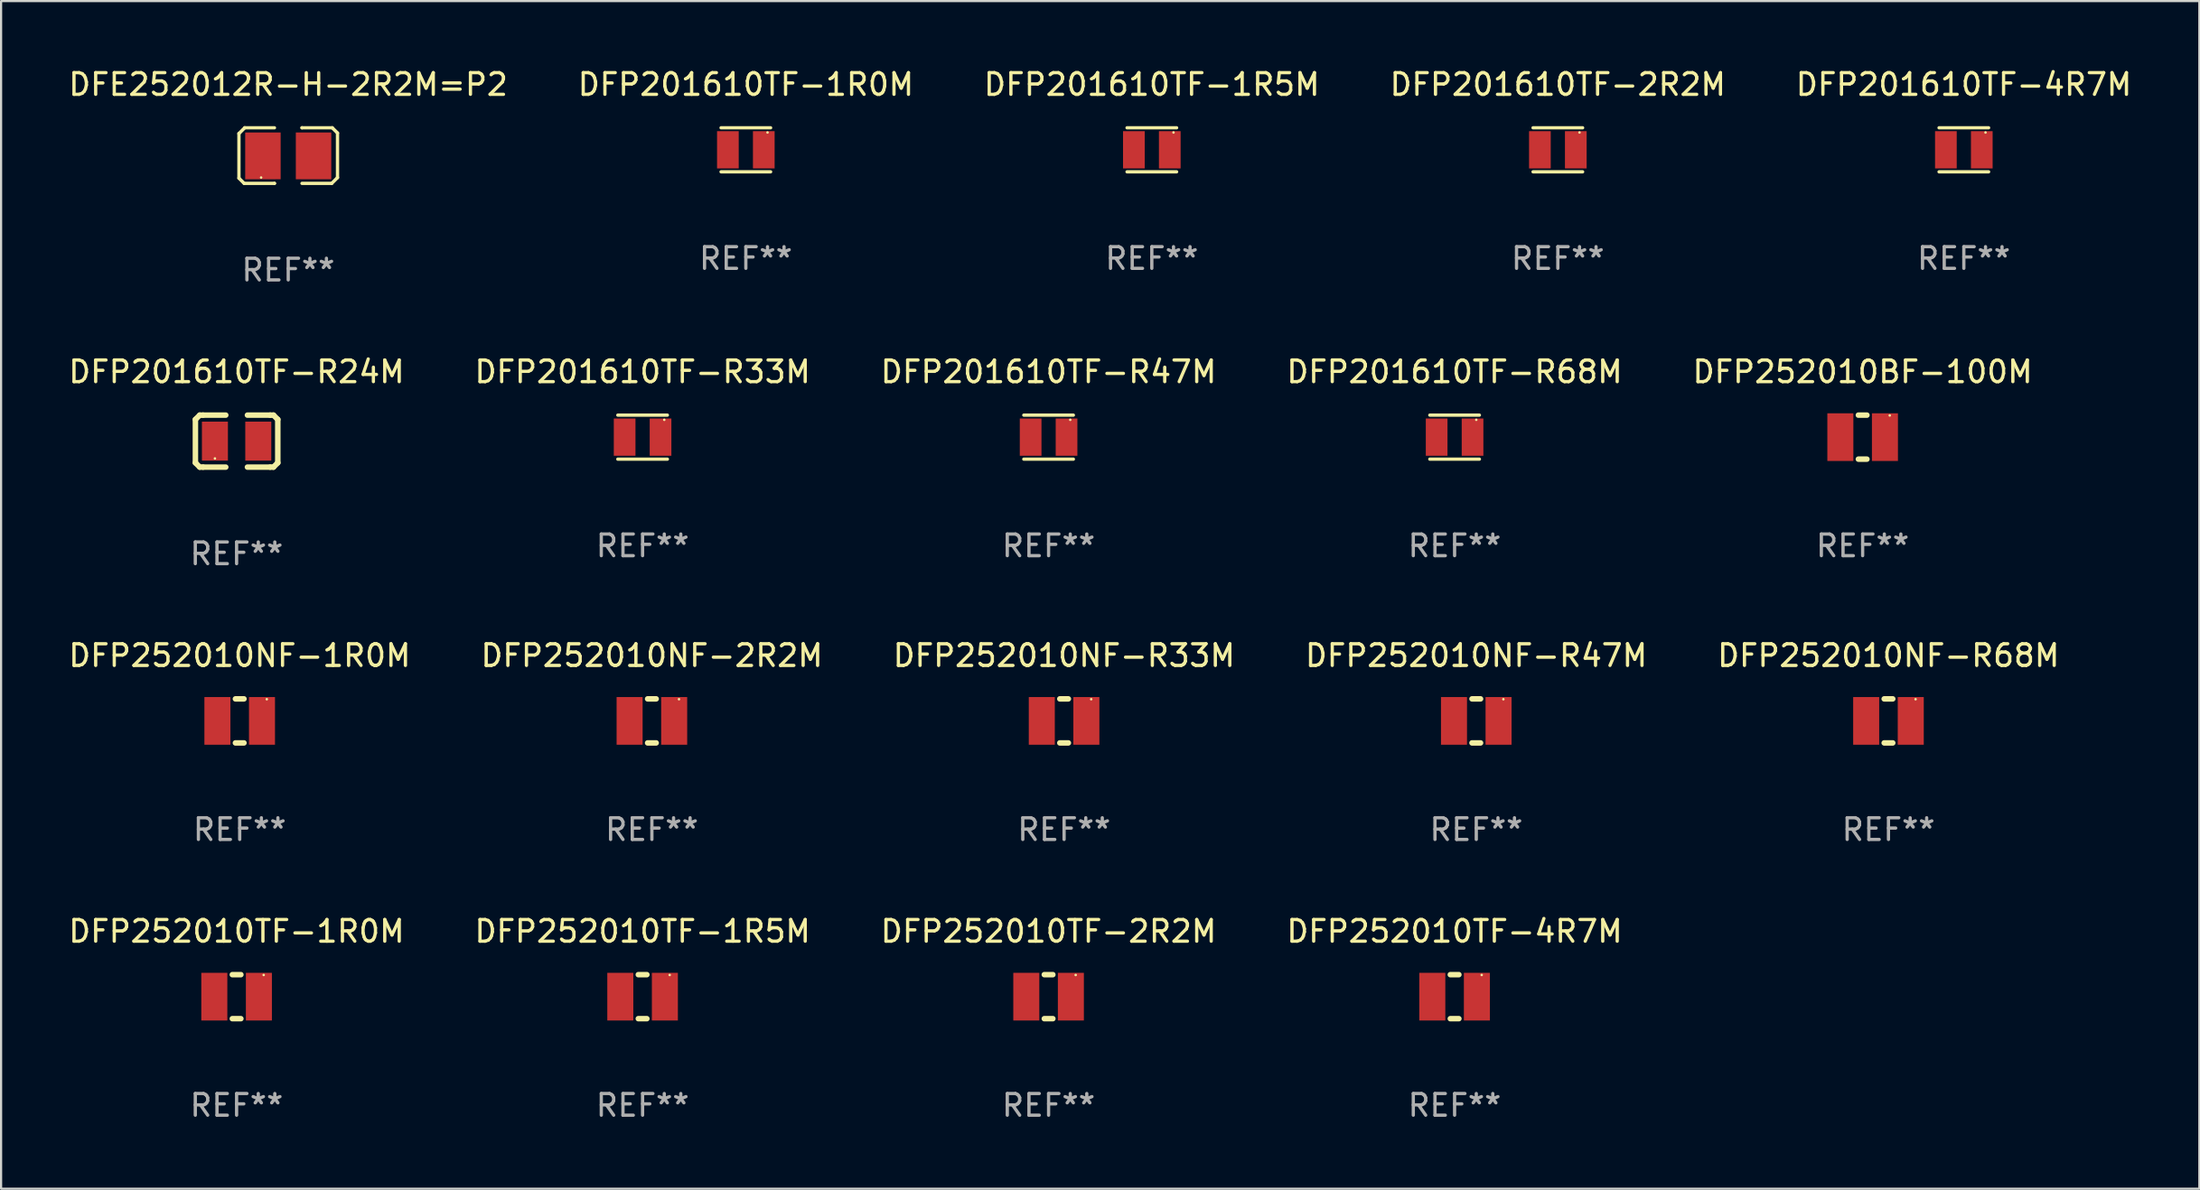
<source format=kicad_pcb>
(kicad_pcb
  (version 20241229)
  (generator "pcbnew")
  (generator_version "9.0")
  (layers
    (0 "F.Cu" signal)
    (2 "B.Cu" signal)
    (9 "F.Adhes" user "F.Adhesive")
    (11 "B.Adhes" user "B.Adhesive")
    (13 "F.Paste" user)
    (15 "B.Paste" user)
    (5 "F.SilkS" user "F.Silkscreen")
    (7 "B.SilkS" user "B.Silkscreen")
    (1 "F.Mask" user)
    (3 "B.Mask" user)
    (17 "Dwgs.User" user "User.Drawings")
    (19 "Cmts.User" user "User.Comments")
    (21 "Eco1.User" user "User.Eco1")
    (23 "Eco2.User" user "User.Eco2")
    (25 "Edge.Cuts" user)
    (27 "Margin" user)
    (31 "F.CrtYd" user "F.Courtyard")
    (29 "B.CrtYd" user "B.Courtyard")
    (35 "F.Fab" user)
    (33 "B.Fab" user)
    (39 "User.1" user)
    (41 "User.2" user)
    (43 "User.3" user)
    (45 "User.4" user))
  (footprint "DFP252010TF-2R2M"
    (layer "F.Cu")
    (at 45.315 42.951)
    (property "Reference" "DFP252010TF-2R2M" (at 0 -3.016 0) (layer "F.SilkS") (effects (font (size 1 1) (thickness 0.15))))
    (attr through_hole)
    (fp_line (start -0.197 1.016) (end 0.197 1.016) (stroke (width 0.254) (type solid)) (layer "F.SilkS"))
    (fp_line (start 0.197 -1.016) (end -0.197 -1.016) (stroke (width 0.254) (type solid)) (layer "F.SilkS"))
    (fp_circle (center 1.25 -1) (end 1.28 -1) (stroke (width 0.06) (type solid)) (fill no) (layer "F.SilkS"))
    (fp_text user "REF**" (at 0 5.016 0) (layer "F.Fab") (effects (font (size 1 1) (thickness 0.15))))
    (pad "1" smd rect (at 1.028 0) (size 1.2 2.2) (layers "F.Cu" "F.Mask" "F.Paste"))
    (pad "2" smd rect (at -1.028 0) (size 1.2 2.2) (layers "F.Cu" "F.Mask" "F.Paste")))
  (footprint "DFP252010NF-R33M"
    (layer "F.Cu")
    (at 46.03 30.223)
    (property "Reference" "DFP252010NF-R33M" (at 0 -3.016 0) (layer "F.SilkS") (effects (font (size 1 1) (thickness 0.15))))
    (attr through_hole)
    (fp_line (start -0.197 1.016) (end 0.197 1.016) (stroke (width 0.254) (type solid)) (layer "F.SilkS"))
    (fp_line (start 0.197 -1.016) (end -0.197 -1.016) (stroke (width 0.254) (type solid)) (layer "F.SilkS"))
    (fp_circle (center 1.25 -1) (end 1.28 -1) (stroke (width 0.06) (type solid)) (fill no) (layer "F.SilkS"))
    (fp_text user "REF**" (at 0 5.016 0) (layer "F.Fab") (effects (font (size 1 1) (thickness 0.15))))
    (pad "1" smd rect (at 1.028 0) (size 1.2 2.2) (layers "F.Cu" "F.Mask" "F.Paste"))
    (pad "2" smd rect (at -1.028 0) (size 1.2 2.2) (layers "F.Cu" "F.Mask" "F.Paste")))
  (footprint "DFP201610TF-R24M"
    (layer "F.Cu")
    (at 7.863 17.31)
    (property "Reference" "DFP201610TF-R24M" (at 0 -3.2 0) (layer "F.SilkS") (effects (font (size 1 1) (thickness 0.15))))
    (attr through_hole)
    (fp_line (start -1.9 -1) (end -1.9 1) (stroke (width 0.254) (type solid)) (layer "F.SilkS"))
    (fp_line (start -1.7 -1.2) (end -1.9 -1) (stroke (width 0.254) (type solid)) (layer "F.SilkS"))
    (fp_line (start -1.7 1.2) (end -1.9 1) (stroke (width 0.254) (type solid)) (layer "F.SilkS"))
    (fp_line (start -1.55 -1.2) (end -1.7 -1.2) (stroke (width 0.254) (type solid)) (layer "F.SilkS"))
    (fp_line (start -1.55 1.2) (end -1.7 1.2) (stroke (width 0.254) (type solid)) (layer "F.SilkS"))
    (fp_line (start -0.5 -1.2) (end -1.55 -1.2) (stroke (width 0.254) (type solid)) (layer "F.SilkS"))
    (fp_line (start -0.5 1.2) (end -1.55 1.2) (stroke (width 0.254) (type solid)) (layer "F.SilkS"))
    (fp_line (start 0.5 -1.2) (end 1.55 -1.2) (stroke (width 0.254) (type solid)) (layer "F.SilkS"))
    (fp_line (start 0.5 1.2) (end 1.55 1.2) (stroke (width 0.254) (type solid)) (layer "F.SilkS"))
    (fp_line (start 1.55 -1.2) (end 1.7 -1.2) (stroke (width 0.254) (type solid)) (layer "F.SilkS"))
    (fp_line (start 1.55 1.2) (end 1.7 1.2) (stroke (width 0.254) (type solid)) (layer "F.SilkS"))
    (fp_line (start 1.7 -1.2) (end 1.9 -1) (stroke (width 0.254) (type solid)) (layer "F.SilkS"))
    (fp_line (start 1.7 1.2) (end 1.9 1) (stroke (width 0.254) (type solid)) (layer "F.SilkS"))
    (fp_line (start 1.9 -1) (end 1.9 1) (stroke (width 0.254) (type solid)) (layer "F.SilkS"))
    (fp_circle (center -1 0.8) (end -0.97 0.8) (stroke (width 0.06) (type solid)) (fill no) (layer "F.SilkS"))
    (fp_text user "REF**" (at 0 5.2 0) (layer "F.Fab") (effects (font (size 1 1) (thickness 0.15))))
    (pad "1" smd rect (at -1 0) (size 1.2 1.8) (layers "F.Cu" "F.Mask" "F.Paste"))
    (pad "2" smd rect (at 1 0) (size 1.2 1.8) (layers "F.Cu" "F.Mask" "F.Paste")))
  (footprint "DFP252010NF-1R0M"
    (layer "F.Cu")
    (at 8.006 30.223)
    (property "Reference" "DFP252010NF-1R0M" (at 0 -3.016 0) (layer "F.SilkS") (effects (font (size 1 1) (thickness 0.15))))
    (attr through_hole)
    (fp_line (start -0.197 1.016) (end 0.197 1.016) (stroke (width 0.254) (type solid)) (layer "F.SilkS"))
    (fp_line (start 0.197 -1.016) (end -0.197 -1.016) (stroke (width 0.254) (type solid)) (layer "F.SilkS"))
    (fp_circle (center 1.25 -1) (end 1.28 -1) (stroke (width 0.06) (type solid)) (fill no) (layer "F.SilkS"))
    (fp_text user "REF**" (at 0 5.016 0) (layer "F.Fab") (effects (font (size 1 1) (thickness 0.15))))
    (pad "1" smd rect (at 1.028 0) (size 1.2 2.2) (layers "F.Cu" "F.Mask" "F.Paste"))
    (pad "2" smd rect (at -1.028 0) (size 1.2 2.2) (layers "F.Cu" "F.Mask" "F.Paste")))
  (footprint "DFP252010TF-1R5M"
    (layer "F.Cu")
    (at 26.589 42.951)
    (property "Reference" "DFP252010TF-1R5M" (at 0 -3.016 0) (layer "F.SilkS") (effects (font (size 1 1) (thickness 0.15))))
    (attr through_hole)
    (fp_line (start -0.197 1.016) (end 0.197 1.016) (stroke (width 0.254) (type solid)) (layer "F.SilkS"))
    (fp_line (start 0.197 -1.016) (end -0.197 -1.016) (stroke (width 0.254) (type solid)) (layer "F.SilkS"))
    (fp_circle (center 1.25 -1) (end 1.28 -1) (stroke (width 0.06) (type solid)) (fill no) (layer "F.SilkS"))
    (fp_text user "REF**" (at 0 5.016 0) (layer "F.Fab") (effects (font (size 1 1) (thickness 0.15))))
    (pad "1" smd rect (at 1.028 0) (size 1.2 2.2) (layers "F.Cu" "F.Mask" "F.Paste"))
    (pad "2" smd rect (at -1.028 0) (size 1.2 2.2) (layers "F.Cu" "F.Mask" "F.Paste")))
  (footprint "DFP201610TF-R68M"
    (layer "F.Cu")
    (at 64.042 17.126)
    (property "Reference" "DFP201610TF-R68M" (at 0 -3.016 0) (layer "F.SilkS") (effects (font (size 1 1) (thickness 0.15))))
    (attr through_hole)
    (fp_line (start -1.143 -1.016) (end 1.143 -1.016) (stroke (width 0.152) (type solid)) (layer "F.SilkS"))
    (fp_line (start 1.143 1.016) (end -1.143 1.016) (stroke (width 0.152) (type solid)) (layer "F.SilkS"))
    (fp_circle (center 1 -0.8) (end 1.03 -0.8) (stroke (width 0.06) (type solid)) (fill no) (layer "F.SilkS"))
    (fp_text user "REF**" (at 0 5.016 0) (layer "F.Fab") (effects (font (size 1 1) (thickness 0.15))))
    (pad "1" smd rect (at 0.828 0) (size 1 1.72) (layers "F.Cu" "F.Mask" "F.Paste"))
    (pad "2" smd rect (at -0.828 0) (size 1 1.72) (layers "F.Cu" "F.Mask" "F.Paste")))
  (footprint "DFP201610TF-1R0M"
    (layer "F.Cu")
    (at 31.351 3.864)
    (property "Reference" "DFP201610TF-1R0M" (at 0 -3.016 0) (layer "F.SilkS") (effects (font (size 1 1) (thickness 0.15))))
    (attr through_hole)
    (fp_line (start -1.143 -1.016) (end 1.143 -1.016) (stroke (width 0.152) (type solid)) (layer "F.SilkS"))
    (fp_line (start 1.143 1.016) (end -1.143 1.016) (stroke (width 0.152) (type solid)) (layer "F.SilkS"))
    (fp_circle (center 1 -0.8) (end 1.03 -0.8) (stroke (width 0.06) (type solid)) (fill no) (layer "F.SilkS"))
    (fp_text user "REF**" (at 0 5.016 0) (layer "F.Fab") (effects (font (size 1 1) (thickness 0.15))))
    (pad "1" smd rect (at 0.828 0) (size 1 1.72) (layers "F.Cu" "F.Mask" "F.Paste"))
    (pad "2" smd rect (at -0.828 0) (size 1 1.72) (layers "F.Cu" "F.Mask" "F.Paste")))
  (footprint "DFP252010TF-1R0M"
    (layer "F.Cu")
    (at 7.863 42.951)
    (property "Reference" "DFP252010TF-1R0M" (at 0 -3.016 0) (layer "F.SilkS") (effects (font (size 1 1) (thickness 0.15))))
    (attr through_hole)
    (fp_line (start -0.197 1.016) (end 0.197 1.016) (stroke (width 0.254) (type solid)) (layer "F.SilkS"))
    (fp_line (start 0.197 -1.016) (end -0.197 -1.016) (stroke (width 0.254) (type solid)) (layer "F.SilkS"))
    (fp_circle (center 1.25 -1) (end 1.28 -1) (stroke (width 0.06) (type solid)) (fill no) (layer "F.SilkS"))
    (fp_text user "REF**" (at 0 5.016 0) (layer "F.Fab") (effects (font (size 1 1) (thickness 0.15))))
    (pad "1" smd rect (at 1.028 0) (size 1.2 2.2) (layers "F.Cu" "F.Mask" "F.Paste"))
    (pad "2" smd rect (at -1.028 0) (size 1.2 2.2) (layers "F.Cu" "F.Mask" "F.Paste")))
  (footprint "DFP252010BF-100M"
    (layer "F.Cu")
    (at 82.863 17.126)
    (property "Reference" "DFP252010BF-100M" (at 0 -3.016 0) (layer "F.SilkS") (effects (font (size 1 1) (thickness 0.15))))
    (attr through_hole)
    (fp_line (start -0.197 1.016) (end 0.197 1.016) (stroke (width 0.254) (type solid)) (layer "F.SilkS"))
    (fp_line (start 0.197 -1.016) (end -0.197 -1.016) (stroke (width 0.254) (type solid)) (layer "F.SilkS"))
    (fp_circle (center 1.25 -1) (end 1.28 -1) (stroke (width 0.06) (type solid)) (fill no) (layer "F.SilkS"))
    (fp_text user "REF**" (at 0 5.016 0) (layer "F.Fab") (effects (font (size 1 1) (thickness 0.15))))
    (pad "1" smd rect (at 1.028 0) (size 1.2 2.2) (layers "F.Cu" "F.Mask" "F.Paste"))
    (pad "2" smd rect (at -1.028 0) (size 1.2 2.2) (layers "F.Cu" "F.Mask" "F.Paste")))
  (footprint "DFP252010NF-R47M"
    (layer "F.Cu")
    (at 65.042 30.223)
    (property "Reference" "DFP252010NF-R47M" (at 0 -3.016 0) (layer "F.SilkS") (effects (font (size 1 1) (thickness 0.15))))
    (attr through_hole)
    (fp_line (start -0.197 1.016) (end 0.197 1.016) (stroke (width 0.254) (type solid)) (layer "F.SilkS"))
    (fp_line (start 0.197 -1.016) (end -0.197 -1.016) (stroke (width 0.254) (type solid)) (layer "F.SilkS"))
    (fp_circle (center 1.25 -1) (end 1.28 -1) (stroke (width 0.06) (type solid)) (fill no) (layer "F.SilkS"))
    (fp_text user "REF**" (at 0 5.016 0) (layer "F.Fab") (effects (font (size 1 1) (thickness 0.15))))
    (pad "1" smd rect (at 1.028 0) (size 1.2 2.2) (layers "F.Cu" "F.Mask" "F.Paste"))
    (pad "2" smd rect (at -1.028 0) (size 1.2 2.2) (layers "F.Cu" "F.Mask" "F.Paste")))
  (footprint "DFP201610TF-R33M"
    (layer "F.Cu")
    (at 26.589 17.126)
    (property "Reference" "DFP201610TF-R33M" (at 0 -3.016 0) (layer "F.SilkS") (effects (font (size 1 1) (thickness 0.15))))
    (attr through_hole)
    (fp_line (start -1.143 -1.016) (end 1.143 -1.016) (stroke (width 0.152) (type solid)) (layer "F.SilkS"))
    (fp_line (start 1.143 1.016) (end -1.143 1.016) (stroke (width 0.152) (type solid)) (layer "F.SilkS"))
    (fp_circle (center 1 -0.8) (end 1.03 -0.8) (stroke (width 0.06) (type solid)) (fill no) (layer "F.SilkS"))
    (fp_text user "REF**" (at 0 5.016 0) (layer "F.Fab") (effects (font (size 1 1) (thickness 0.15))))
    (pad "1" smd rect (at 0.828 0) (size 1 1.72) (layers "F.Cu" "F.Mask" "F.Paste"))
    (pad "2" smd rect (at -0.828 0) (size 1 1.72) (layers "F.Cu" "F.Mask" "F.Paste")))
  (footprint "DFE252012R-H-2R2M=P2"
    (layer "F.Cu")
    (at 10.244 4.131)
    (property "Reference" "DFE252012R-H-2R2M=P2" (at 0 -3.283 0) (layer "F.SilkS") (effects (font (size 1 1) (thickness 0.15))))
    (attr through_hole)
    (fp_line (start -2.273 -1.016) (end -2.007 -1.283) (stroke (width 0.152) (type solid)) (layer "F.SilkS"))
    (fp_line (start -2.273 1.041) (end -2.273 -1.016) (stroke (width 0.152) (type solid)) (layer "F.SilkS"))
    (fp_line (start -2.032 1.283) (end -2.273 1.041) (stroke (width 0.152) (type solid)) (layer "F.SilkS"))
    (fp_line (start -2.007 -1.283) (end -0.635 -1.283) (stroke (width 0.152) (type solid)) (layer "F.SilkS"))
    (fp_line (start -0.635 1.283) (end -2.032 1.283) (stroke (width 0.152) (type solid)) (layer "F.SilkS"))
    (fp_line (start -0.635 1.283) (end -0.635 1.283) (stroke (width 0.152) (type solid)) (layer "F.SilkS"))
    (fp_line (start 0.635 -1.283) (end 0.635 -1.283) (stroke (width 0.152) (type solid)) (layer "F.SilkS"))
    (fp_line (start 0.635 -1.283) (end 2.032 -1.283) (stroke (width 0.152) (type solid)) (layer "F.SilkS"))
    (fp_line (start 2.007 1.283) (end 0.635 1.283) (stroke (width 0.152) (type solid)) (layer "F.SilkS"))
    (fp_line (start 2.032 -1.283) (end 2.273 -1.041) (stroke (width 0.152) (type solid)) (layer "F.SilkS"))
    (fp_line (start 2.273 -1.041) (end 2.273 1.016) (stroke (width 0.152) (type solid)) (layer "F.SilkS"))
    (fp_line (start 2.273 1.016) (end 2.007 1.283) (stroke (width 0.152) (type solid)) (layer "F.SilkS"))
    (fp_circle (center -1.25 1.013) (end -1.22 1.013) (stroke (width 0.06) (type solid)) (fill no) (layer "F.SilkS"))
    (fp_text user "REF**" (at 0 5.283 0) (layer "F.Fab") (effects (font (size 1 1) (thickness 0.15))))
    (pad "1" smd rect (at -1.167 0.013) (size 1.635 2.16) (layers "F.Cu" "F.Mask" "F.Paste"))
    (pad "2" smd rect (at 1.168 0.013) (size 1.635 2.16) (layers "F.Cu" "F.Mask" "F.Paste")))
  (footprint "DFP252010NF-R68M"
    (layer "F.Cu")
    (at 84.054 30.223)
    (property "Reference" "DFP252010NF-R68M" (at 0 -3.016 0) (layer "F.SilkS") (effects (font (size 1 1) (thickness 0.15))))
    (attr through_hole)
    (fp_line (start -0.197 1.016) (end 0.197 1.016) (stroke (width 0.254) (type solid)) (layer "F.SilkS"))
    (fp_line (start 0.197 -1.016) (end -0.197 -1.016) (stroke (width 0.254) (type solid)) (layer "F.SilkS"))
    (fp_circle (center 1.25 -1) (end 1.28 -1) (stroke (width 0.06) (type solid)) (fill no) (layer "F.SilkS"))
    (fp_text user "REF**" (at 0 5.016 0) (layer "F.Fab") (effects (font (size 1 1) (thickness 0.15))))
    (pad "1" smd rect (at 1.028 0) (size 1.2 2.2) (layers "F.Cu" "F.Mask" "F.Paste"))
    (pad "2" smd rect (at -1.028 0) (size 1.2 2.2) (layers "F.Cu" "F.Mask" "F.Paste")))
  (footprint "DFP201610TF-4R7M"
    (layer "F.Cu")
    (at 87.53 3.864)
    (property "Reference" "DFP201610TF-4R7M" (at 0 -3.016 0) (layer "F.SilkS") (effects (font (size 1 1) (thickness 0.15))))
    (attr through_hole)
    (fp_line (start -1.143 -1.016) (end 1.143 -1.016) (stroke (width 0.152) (type solid)) (layer "F.SilkS"))
    (fp_line (start 1.143 1.016) (end -1.143 1.016) (stroke (width 0.152) (type solid)) (layer "F.SilkS"))
    (fp_circle (center 1 -0.8) (end 1.03 -0.8) (stroke (width 0.06) (type solid)) (fill no) (layer "F.SilkS"))
    (fp_text user "REF**" (at 0 5.016 0) (layer "F.Fab") (effects (font (size 1 1) (thickness 0.15))))
    (pad "1" smd rect (at 0.828 0) (size 1 1.72) (layers "F.Cu" "F.Mask" "F.Paste"))
    (pad "2" smd rect (at -0.828 0) (size 1 1.72) (layers "F.Cu" "F.Mask" "F.Paste")))
  (footprint "DFP201610TF-R47M"
    (layer "F.Cu")
    (at 45.315 17.126)
    (property "Reference" "DFP201610TF-R47M" (at 0 -3.016 0) (layer "F.SilkS") (effects (font (size 1 1) (thickness 0.15))))
    (attr through_hole)
    (fp_line (start -1.143 -1.016) (end 1.143 -1.016) (stroke (width 0.152) (type solid)) (layer "F.SilkS"))
    (fp_line (start 1.143 1.016) (end -1.143 1.016) (stroke (width 0.152) (type solid)) (layer "F.SilkS"))
    (fp_circle (center 1 -0.8) (end 1.03 -0.8) (stroke (width 0.06) (type solid)) (fill no) (layer "F.SilkS"))
    (fp_text user "REF**" (at 0 5.016 0) (layer "F.Fab") (effects (font (size 1 1) (thickness 0.15))))
    (pad "1" smd rect (at 0.828 0) (size 1 1.72) (layers "F.Cu" "F.Mask" "F.Paste"))
    (pad "2" smd rect (at -0.828 0) (size 1 1.72) (layers "F.Cu" "F.Mask" "F.Paste")))
  (footprint "DFP252010TF-4R7M"
    (layer "F.Cu")
    (at 64.042 42.951)
    (property "Reference" "DFP252010TF-4R7M" (at 0 -3.016 0) (layer "F.SilkS") (effects (font (size 1 1) (thickness 0.15))))
    (attr through_hole)
    (fp_line (start -0.197 1.016) (end 0.197 1.016) (stroke (width 0.254) (type solid)) (layer "F.SilkS"))
    (fp_line (start 0.197 -1.016) (end -0.197 -1.016) (stroke (width 0.254) (type solid)) (layer "F.SilkS"))
    (fp_circle (center 1.25 -1) (end 1.28 -1) (stroke (width 0.06) (type solid)) (fill no) (layer "F.SilkS"))
    (fp_text user "REF**" (at 0 5.016 0) (layer "F.Fab") (effects (font (size 1 1) (thickness 0.15))))
    (pad "1" smd rect (at 1.028 0) (size 1.2 2.2) (layers "F.Cu" "F.Mask" "F.Paste"))
    (pad "2" smd rect (at -1.028 0) (size 1.2 2.2) (layers "F.Cu" "F.Mask" "F.Paste")))
  (footprint "DFP201610TF-1R5M"
    (layer "F.Cu")
    (at 50.077 3.864)
    (property "Reference" "DFP201610TF-1R5M" (at 0 -3.016 0) (layer "F.SilkS") (effects (font (size 1 1) (thickness 0.15))))
    (attr through_hole)
    (fp_line (start -1.143 -1.016) (end 1.143 -1.016) (stroke (width 0.152) (type solid)) (layer "F.SilkS"))
    (fp_line (start 1.143 1.016) (end -1.143 1.016) (stroke (width 0.152) (type solid)) (layer "F.SilkS"))
    (fp_circle (center 1 -0.8) (end 1.03 -0.8) (stroke (width 0.06) (type solid)) (fill no) (layer "F.SilkS"))
    (fp_text user "REF**" (at 0 5.016 0) (layer "F.Fab") (effects (font (size 1 1) (thickness 0.15))))
    (pad "1" smd rect (at 0.828 0) (size 1 1.72) (layers "F.Cu" "F.Mask" "F.Paste"))
    (pad "2" smd rect (at -0.828 0) (size 1 1.72) (layers "F.Cu" "F.Mask" "F.Paste")))
  (footprint "DFP201610TF-2R2M"
    (layer "F.Cu")
    (at 68.804 3.864)
    (property "Reference" "DFP201610TF-2R2M" (at 0 -3.016 0) (layer "F.SilkS") (effects (font (size 1 1) (thickness 0.15))))
    (attr through_hole)
    (fp_line (start -1.143 -1.016) (end 1.143 -1.016) (stroke (width 0.152) (type solid)) (layer "F.SilkS"))
    (fp_line (start 1.143 1.016) (end -1.143 1.016) (stroke (width 0.152) (type solid)) (layer "F.SilkS"))
    (fp_circle (center 1 -0.8) (end 1.03 -0.8) (stroke (width 0.06) (type solid)) (fill no) (layer "F.SilkS"))
    (fp_text user "REF**" (at 0 5.016 0) (layer "F.Fab") (effects (font (size 1 1) (thickness 0.15))))
    (pad "1" smd rect (at 0.828 0) (size 1 1.72) (layers "F.Cu" "F.Mask" "F.Paste"))
    (pad "2" smd rect (at -0.828 0) (size 1 1.72) (layers "F.Cu" "F.Mask" "F.Paste")))
  (footprint "DFP252010NF-2R2M"
    (layer "F.Cu")
    (at 27.018 30.223)
    (property "Reference" "DFP252010NF-2R2M" (at 0 -3.016 0) (layer "F.SilkS") (effects (font (size 1 1) (thickness 0.15))))
    (attr through_hole)
    (fp_line (start -0.197 1.016) (end 0.197 1.016) (stroke (width 0.254) (type solid)) (layer "F.SilkS"))
    (fp_line (start 0.197 -1.016) (end -0.197 -1.016) (stroke (width 0.254) (type solid)) (layer "F.SilkS"))
    (fp_circle (center 1.25 -1) (end 1.28 -1) (stroke (width 0.06) (type solid)) (fill no) (layer "F.SilkS"))
    (fp_text user "REF**" (at 0 5.016 0) (layer "F.Fab") (effects (font (size 1 1) (thickness 0.15))))
    (pad "1" smd rect (at 1.028 0) (size 1.2 2.2) (layers "F.Cu" "F.Mask" "F.Paste"))
    (pad "2" smd rect (at -1.028 0) (size 1.2 2.2) (layers "F.Cu" "F.Mask" "F.Paste")))
  (gr_rect
    (start -3 -3)
    (end 98.393 51.815)
    (stroke (width 0.1) (type default))
    (fill no)
    (layer "Edge.Cuts")))
</source>
